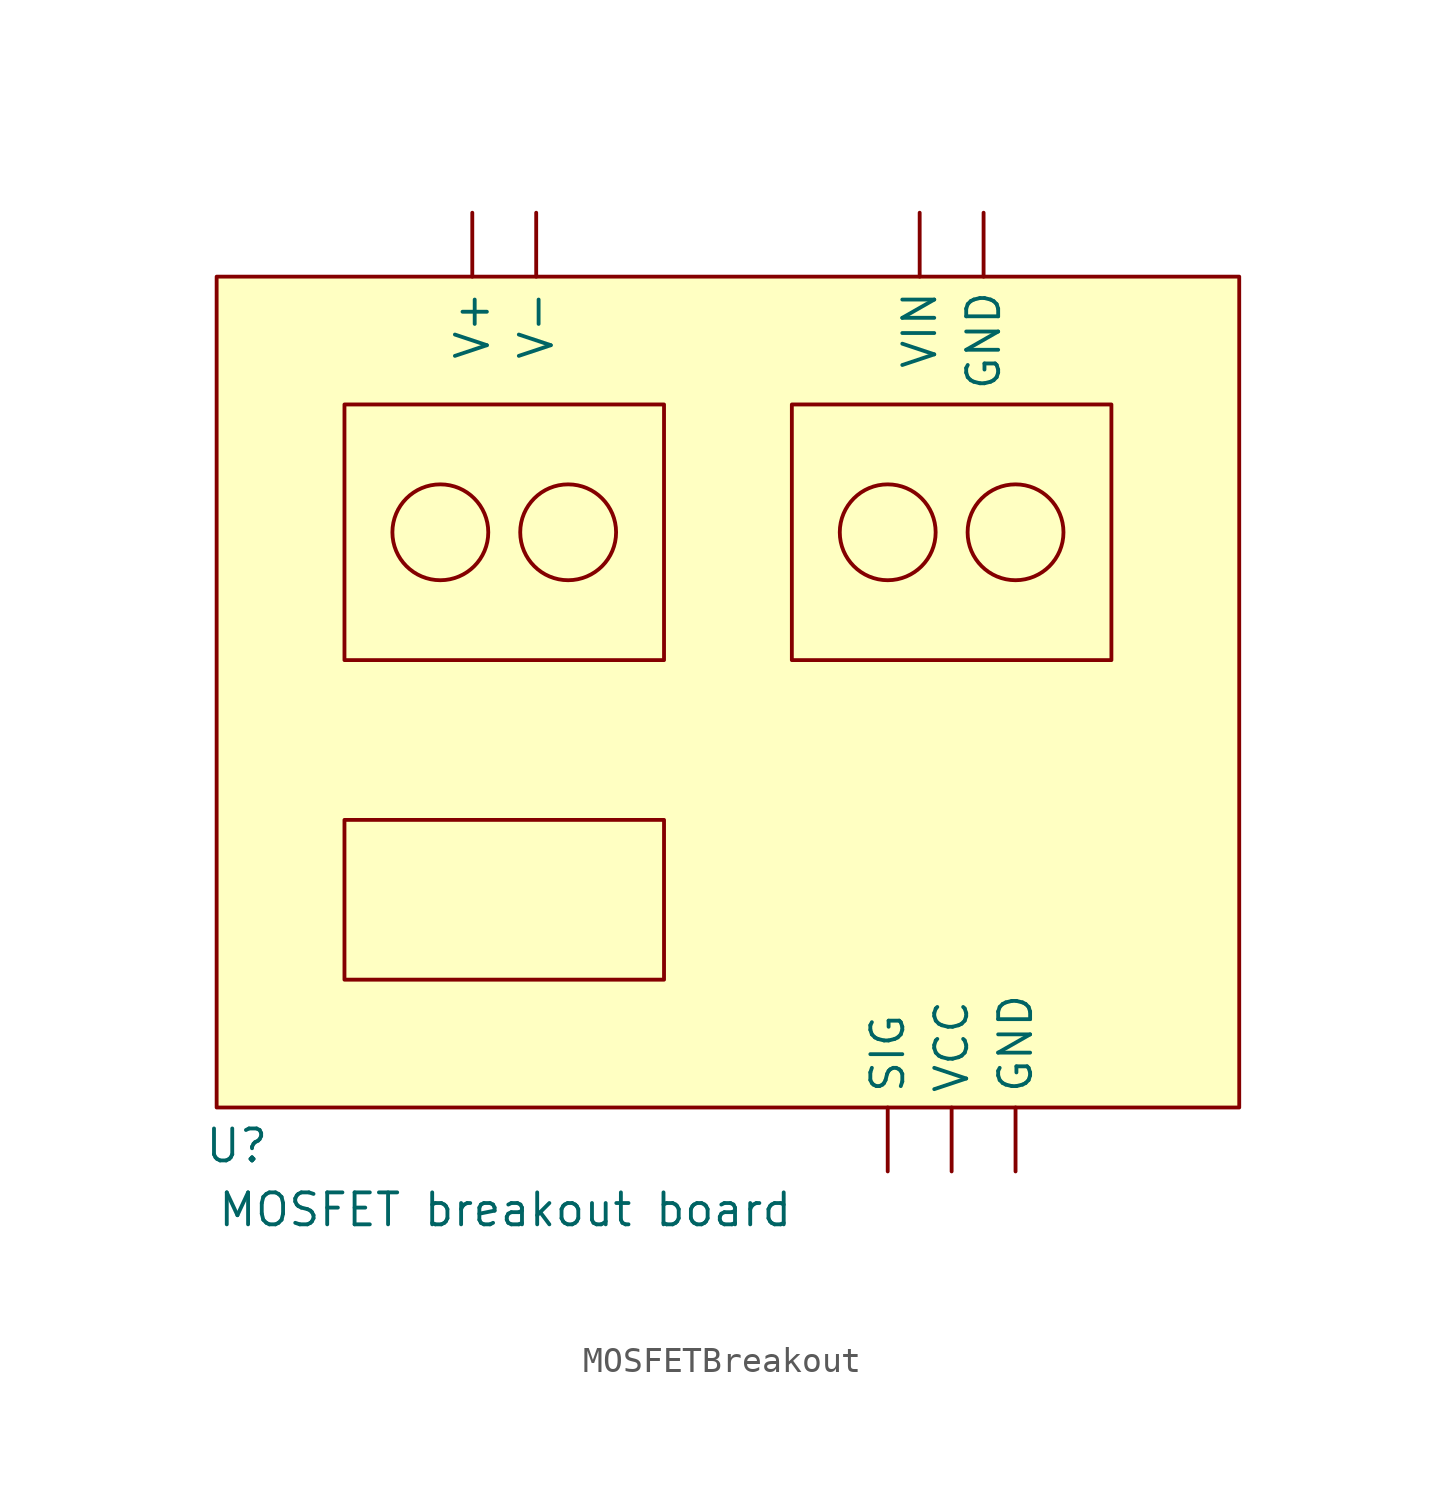
<source format=kicad_sym>
(kicad_symbol_lib
  (version 20231120)
  (generator "kicad_symbol_editor")
  (generator_version "8.0")
  (symbol "MOSFETBreakout"
    (property "Reference" "U"
      (at -20.828 -18.034 0)
      (effects (font (size 1.27 1.27)) (justify left)))
    (property "Value" "MOSFET breakout board"
      (at -20.32 -20.574 0)
      (effects (font (size 1.27 1.27)) (justify left)))
    (symbol "MOSFETBreakout_0_0"
      (pin passive line (at 10.16 19.05 270) (length 2.54) (name "GND" (effects (font (size 1.27 1.27)))) (number "" (effects (font (size 1.27 1.27)))))
      (pin passive line (at 11.43 -19.05 90) (length 2.54) (name "GND" (effects (font (size 1.27 1.27)))) (number "" (effects (font (size 1.27 1.27)))))
      (pin input line (at 6.35 -19.05 90) (length 2.54) (name "SIG" (effects (font (size 1.27 1.27)))) (number "" (effects (font (size 1.27 1.27)))))
      (pin power_in line (at -10.16 19.05 270) (length 2.54) (name "V+" (effects (font (size 1.27 1.27)))) (number "" (effects (font (size 1.27 1.27)))))
      (pin passive line (at -7.62 19.05 270) (length 2.54) (name "V-" (effects (font (size 1.27 1.27)))) (number "" (effects (font (size 1.27 1.27)))))
      (pin power_in line (at 8.89 -19.05 90) (length 2.54) (name "VCC" (effects (font (size 1.27 1.27)))) (number "" (effects (font (size 1.27 1.27)))))
      (pin input line (at 7.62 19.05 270) (length 2.54) (name "VIN" (effects (font (size 1.27 1.27)))) (number "" (effects (font (size 1.27 1.27))))))
    (symbol "MOSFETBreakout_0_1"
      (circle (center -11.43 6.35) (radius 1.905) (stroke (width 0) (type default)) (fill (type none)))
      (circle (center -6.35 6.35) (radius 1.905) (stroke (width 0) (type default)) (fill (type none)))
      (circle (center 6.35 6.35) (radius 1.905) (stroke (width 0) (type default)) (fill (type none)))
      (circle (center 11.43 6.35) (radius 1.905) (stroke (width 0) (type default)) (fill (type none))))
    (symbol "MOSFETBreakout_1_1"
      (rectangle (start -20.32 16.51) (end 20.32 -16.51) (stroke (width 0.152) (type default)) (fill (type background)))
      (rectangle (start -15.24 -5.08) (end -2.54 -11.43) (stroke (width 0) (type default)) (fill (type none)))
      (rectangle (start -15.24 11.43) (end -2.54 1.27) (stroke (width 0.152) (type default)) (fill (type background)))
      (rectangle (start 2.54 11.43) (end 15.24 1.27) (stroke (width 0.152) (type default)) (fill (type background))))))
</source>
